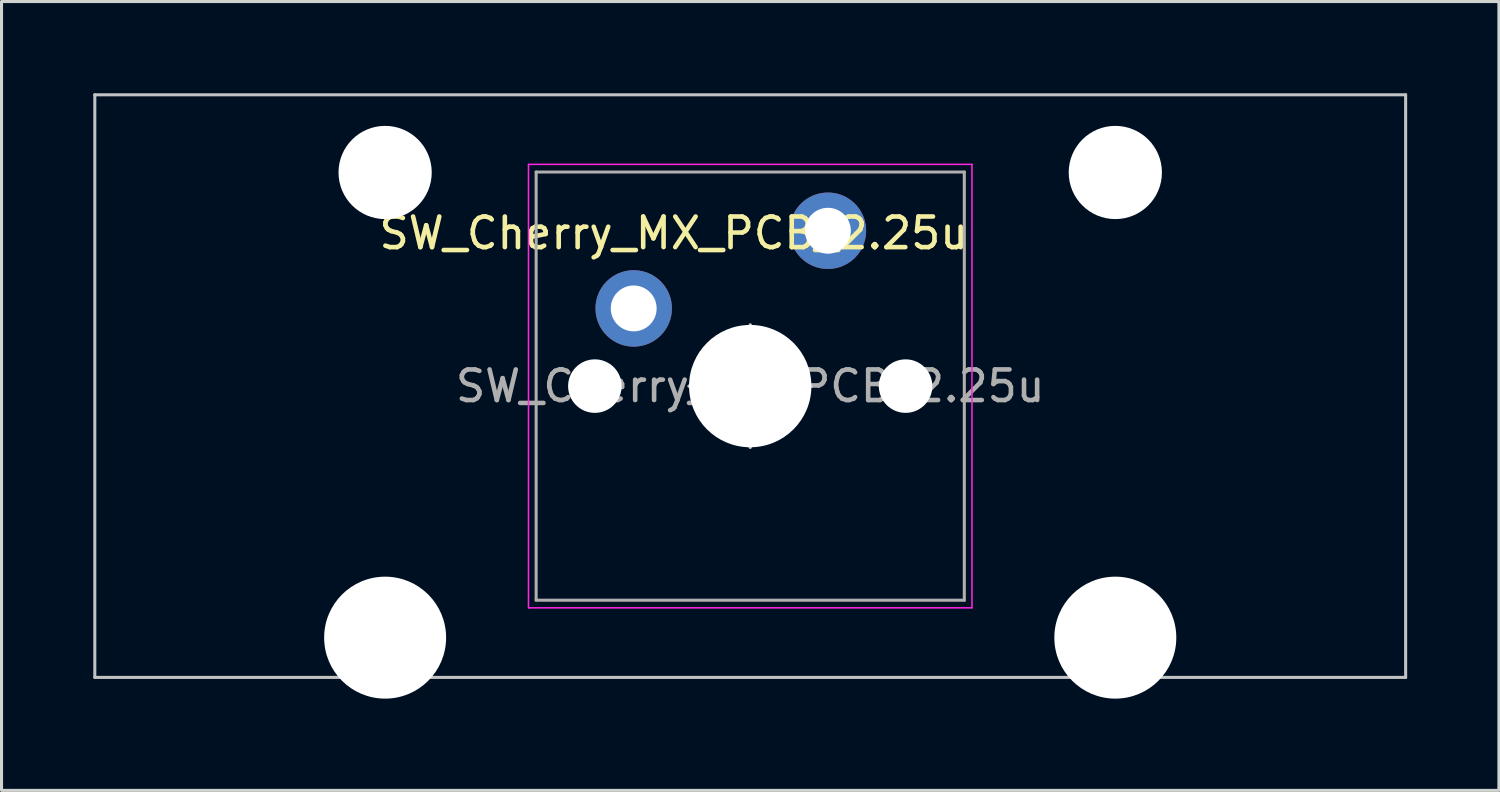
<source format=kicad_pcb>
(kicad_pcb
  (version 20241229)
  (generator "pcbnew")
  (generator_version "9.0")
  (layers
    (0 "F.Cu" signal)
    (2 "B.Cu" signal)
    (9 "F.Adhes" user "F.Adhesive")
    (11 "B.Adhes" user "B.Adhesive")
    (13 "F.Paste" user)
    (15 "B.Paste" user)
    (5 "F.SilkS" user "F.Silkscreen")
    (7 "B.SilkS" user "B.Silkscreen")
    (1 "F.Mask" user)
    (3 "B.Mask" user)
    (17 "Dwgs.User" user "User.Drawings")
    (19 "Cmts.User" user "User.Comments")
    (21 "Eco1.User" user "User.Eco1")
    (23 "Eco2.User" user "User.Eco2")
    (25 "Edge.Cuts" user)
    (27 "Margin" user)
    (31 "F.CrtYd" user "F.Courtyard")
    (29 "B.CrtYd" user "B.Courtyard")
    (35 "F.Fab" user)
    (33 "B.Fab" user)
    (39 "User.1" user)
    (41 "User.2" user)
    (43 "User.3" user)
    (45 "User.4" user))
  (footprint "SW_Cherry_MX_PCB_2.25u"
    (layer "F.Cu")
    (at 21.481 9.575)
    (property "Reference" "SW_Cherry_MX_PCB_2.25u" (at -2.5 -5 0) (layer "F.SilkS") (effects (font (size 1 1) (thickness 0.15))))
    (attr through_hole)
    (fp_line (start -21.431 -9.525) (end -21.431 9.525) (stroke (width 0.1) (type solid)) (layer "Dwgs.User"))
    (fp_line (start -21.431 9.525) (end 21.431 9.525) (stroke (width 0.1) (type solid)) (layer "Dwgs.User"))
    (fp_line (start -2 0) (end 2 0) (stroke (width 0.1) (type solid)) (layer "Dwgs.User"))
    (fp_line (start -2 0) (end 2 0) (stroke (width 0.1) (type solid)) (layer "Dwgs.User"))
    (fp_line (start 0 2) (end 0 -2) (stroke (width 0.1) (type solid)) (layer "Dwgs.User"))
    (fp_line (start 0 2) (end 0 -2) (stroke (width 0.1) (type solid)) (layer "Dwgs.User"))
    (fp_line (start 21.431 -9.525) (end -21.431 -9.525) (stroke (width 0.1) (type solid)) (layer "Dwgs.User"))
    (fp_line (start 21.431 9.525) (end 21.431 -9.525) (stroke (width 0.1) (type solid)) (layer "Dwgs.User"))
    (fp_line (start -15.313 -5.53) (end -15.313 6.77) (stroke (width 0.1) (type solid)) (layer "Eco1.User"))
    (fp_line (start -15.313 6.77) (end -8.563 6.77) (stroke (width 0.1) (type solid)) (layer "Eco1.User"))
    (fp_line (start -8.563 -5.53) (end -15.313 -5.53) (stroke (width 0.1) (type solid)) (layer "Eco1.User"))
    (fp_line (start -8.563 6.77) (end -8.563 -5.53) (stroke (width 0.1) (type solid)) (layer "Eco1.User"))
    (fp_line (start -7 -7) (end -7 7) (stroke (width 0.1) (type solid)) (layer "Eco1.User"))
    (fp_line (start -7 7) (end 7 7) (stroke (width 0.1) (type solid)) (layer "Eco1.User"))
    (fp_line (start 7 -7) (end -7 -7) (stroke (width 0.1) (type solid)) (layer "Eco1.User"))
    (fp_line (start 7 7) (end 7 -7) (stroke (width 0.1) (type solid)) (layer "Eco1.User"))
    (fp_line (start 8.563 -5.53) (end 8.563 6.77) (stroke (width 0.1) (type solid)) (layer "Eco1.User"))
    (fp_line (start 8.563 6.77) (end 15.313 6.77) (stroke (width 0.1) (type solid)) (layer "Eco1.User"))
    (fp_line (start 15.313 -5.53) (end 8.563 -5.53) (stroke (width 0.1) (type solid)) (layer "Eco1.User"))
    (fp_line (start 15.313 6.77) (end 15.313 -5.53) (stroke (width 0.1) (type solid)) (layer "Eco1.User"))
    (fp_line (start -7.25 -7.25) (end -7.25 7.25) (stroke (width 0.05) (type solid)) (layer "F.CrtYd"))
    (fp_line (start -7.25 7.25) (end 7.25 7.25) (stroke (width 0.05) (type solid)) (layer "F.CrtYd"))
    (fp_line (start 7.25 -7.25) (end -7.25 -7.25) (stroke (width 0.05) (type solid)) (layer "F.CrtYd"))
    (fp_line (start 7.25 7.25) (end 7.25 -7.25) (stroke (width 0.05) (type solid)) (layer "F.CrtYd"))
    (fp_line (start -7 -7) (end -7 7) (stroke (width 0.1) (type solid)) (layer "F.Fab"))
    (fp_line (start -7 7) (end 7 7) (stroke (width 0.1) (type solid)) (layer "F.Fab"))
    (fp_line (start 7 -7) (end -7 -7) (stroke (width 0.1) (type solid)) (layer "F.Fab"))
    (fp_line (start 7 7) (end 7 -7) (stroke (width 0.1) (type solid)) (layer "F.Fab"))
    (fp_text user "${REFERENCE}" (at 0 0 0) (layer "F.Fab") (effects (font (size 1 1) (thickness 0.15))))
    (pad "" np_thru_hole circle (at -11.938 -6.985) (size 3.048 3.048) (drill 3.048) (layers "*.Cu" "*.Mask"))
    (pad "" np_thru_hole circle (at -11.938 8.225) (size 3.988 3.988) (drill 3.988) (layers "*.Cu" "*.Mask"))
    (pad "" np_thru_hole circle (at -5.08 0) (size 1.75 1.75) (drill 1.75) (layers "*.Cu" "*.Mask"))
    (pad "" np_thru_hole circle (at 0 0) (size 4 4) (drill 4) (layers "*.Cu" "*.Mask"))
    (pad "" np_thru_hole circle (at 5.08 0) (size 1.75 1.75) (drill 1.75) (layers "*.Cu" "*.Mask"))
    (pad "" np_thru_hole circle (at 11.938 -6.985) (size 3.048 3.048) (drill 3.048) (layers "*.Cu" "*.Mask"))
    (pad "" np_thru_hole circle (at 11.938 8.225) (size 3.988 3.988) (drill 3.988) (layers "*.Cu" "*.Mask"))
    (pad "1" thru_hole circle (at -3.81 -2.54) (size 2.5 2.5) (drill 1.5) (layers "*.Cu" "*.Mask"))
    (pad "2" thru_hole circle (at 2.54 -5.08) (size 2.5 2.5) (drill 1.5) (layers "*.Cu" "*.Mask")))
  (gr_rect
    (start -3 -3)
    (end 45.962 22.794)
    (stroke (width 0.1) (type default))
    (fill no)
    (layer "Edge.Cuts")))
</source>
